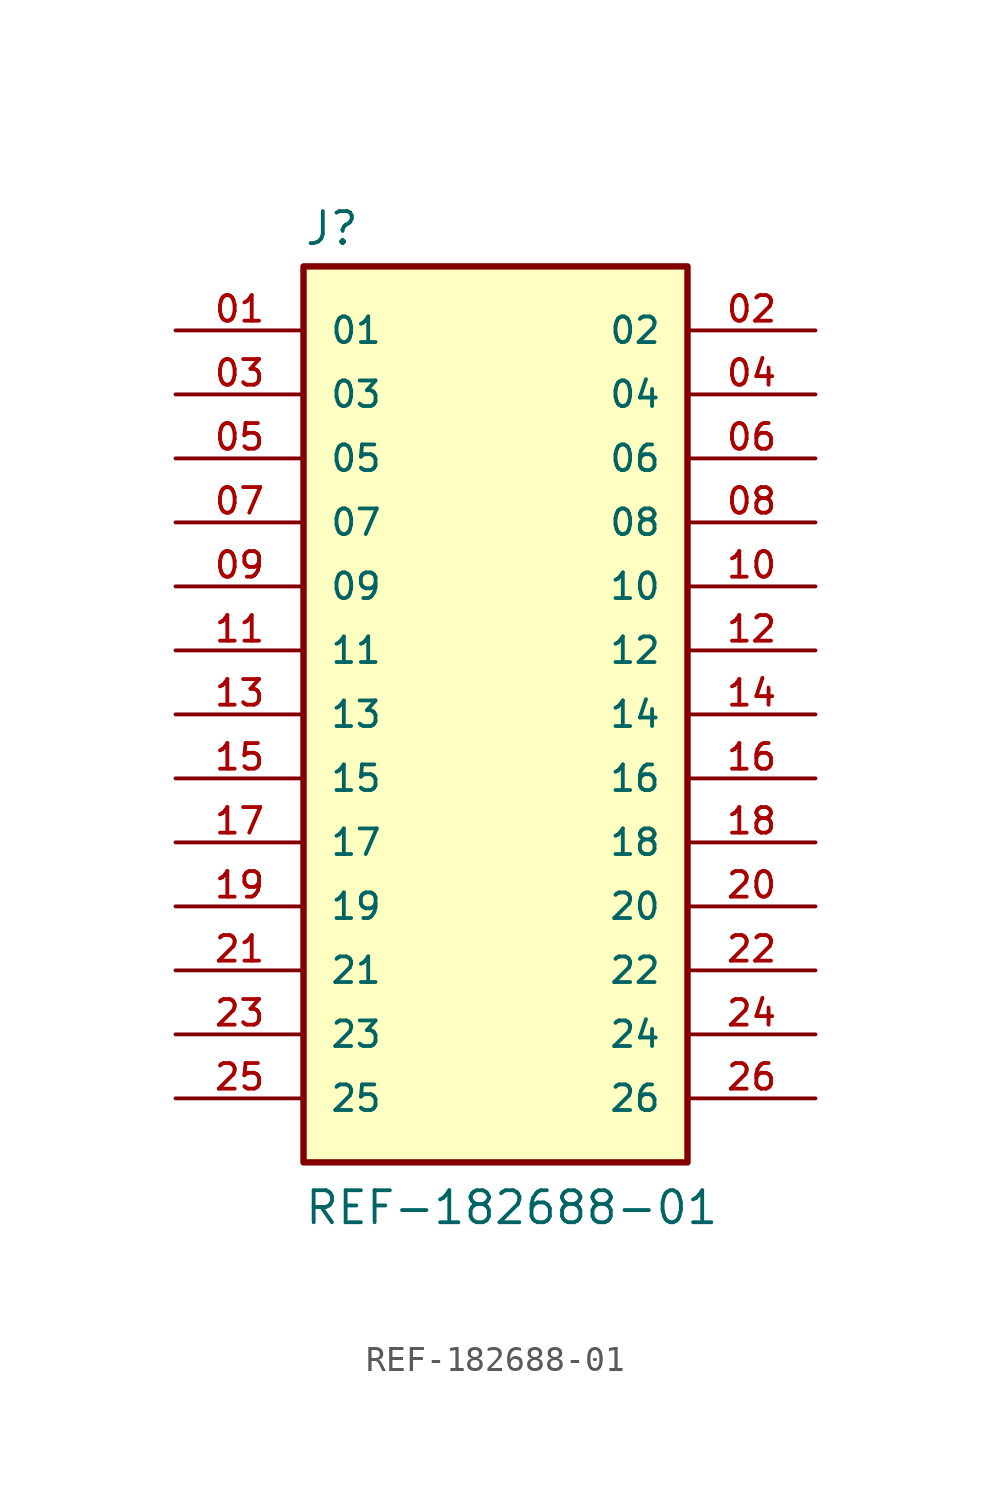
<source format=kicad_sym>
(kicad_symbol_lib
  (version 20211014)
  (generator kicad_symbol_editor)
  (symbol "REF-182688-01"
    (pin_names
      (offset 1.016))
    (property "Reference" "J"
      (at -7.62 18.542 0)
      (effects (font (size 1.27 1.27)) (justify bottom left)))
    (property "Value" "REF-182688-01"
      (at -7.62 -20.32 0)
      (effects (font (size 1.27 1.27)) (justify bottom left)))
    (symbol "REF-182688-01_0_0"
      (rectangle (start -7.62 -17.78) (end 7.62 17.78) (stroke (width 0.254)) (fill (type background)))
      (pin passive line (at -12.7 15.24 0) (length 5.08) (name "01" (effects (font (size 1.016 1.016)))) (number "01" (effects (font (size 1.016 1.016)))))
      (pin passive line (at 12.7 15.24 180.0) (length 5.08) (name "02" (effects (font (size 1.016 1.016)))) (number "02" (effects (font (size 1.016 1.016)))))
      (pin passive line (at -12.7 12.7 0) (length 5.08) (name "03" (effects (font (size 1.016 1.016)))) (number "03" (effects (font (size 1.016 1.016)))))
      (pin passive line (at 12.7 12.7 180.0) (length 5.08) (name "04" (effects (font (size 1.016 1.016)))) (number "04" (effects (font (size 1.016 1.016)))))
      (pin passive line (at -12.7 10.16 0) (length 5.08) (name "05" (effects (font (size 1.016 1.016)))) (number "05" (effects (font (size 1.016 1.016)))))
      (pin passive line (at 12.7 10.16 180.0) (length 5.08) (name "06" (effects (font (size 1.016 1.016)))) (number "06" (effects (font (size 1.016 1.016)))))
      (pin passive line (at -12.7 7.62 0) (length 5.08) (name "07" (effects (font (size 1.016 1.016)))) (number "07" (effects (font (size 1.016 1.016)))))
      (pin passive line (at 12.7 7.62 180.0) (length 5.08) (name "08" (effects (font (size 1.016 1.016)))) (number "08" (effects (font (size 1.016 1.016)))))
      (pin passive line (at -12.7 5.08 0) (length 5.08) (name "09" (effects (font (size 1.016 1.016)))) (number "09" (effects (font (size 1.016 1.016)))))
      (pin passive line (at 12.7 5.08 180.0) (length 5.08) (name "10" (effects (font (size 1.016 1.016)))) (number "10" (effects (font (size 1.016 1.016)))))
      (pin passive line (at -12.7 2.54 0) (length 5.08) (name "11" (effects (font (size 1.016 1.016)))) (number "11" (effects (font (size 1.016 1.016)))))
      (pin passive line (at 12.7 2.54 180.0) (length 5.08) (name "12" (effects (font (size 1.016 1.016)))) (number "12" (effects (font (size 1.016 1.016)))))
      (pin passive line (at -12.7 0.0 0) (length 5.08) (name "13" (effects (font (size 1.016 1.016)))) (number "13" (effects (font (size 1.016 1.016)))))
      (pin passive line (at 12.7 0.0 180.0) (length 5.08) (name "14" (effects (font (size 1.016 1.016)))) (number "14" (effects (font (size 1.016 1.016)))))
      (pin passive line (at -12.7 -2.54 0) (length 5.08) (name "15" (effects (font (size 1.016 1.016)))) (number "15" (effects (font (size 1.016 1.016)))))
      (pin passive line (at 12.7 -2.54 180.0) (length 5.08) (name "16" (effects (font (size 1.016 1.016)))) (number "16" (effects (font (size 1.016 1.016)))))
      (pin passive line (at -12.7 -5.08 0) (length 5.08) (name "17" (effects (font (size 1.016 1.016)))) (number "17" (effects (font (size 1.016 1.016)))))
      (pin passive line (at 12.7 -5.08 180.0) (length 5.08) (name "18" (effects (font (size 1.016 1.016)))) (number "18" (effects (font (size 1.016 1.016)))))
      (pin passive line (at -12.7 -7.62 0) (length 5.08) (name "19" (effects (font (size 1.016 1.016)))) (number "19" (effects (font (size 1.016 1.016)))))
      (pin passive line (at 12.7 -7.62 180.0) (length 5.08) (name "20" (effects (font (size 1.016 1.016)))) (number "20" (effects (font (size 1.016 1.016)))))
      (pin passive line (at -12.7 -10.16 0) (length 5.08) (name "21" (effects (font (size 1.016 1.016)))) (number "21" (effects (font (size 1.016 1.016)))))
      (pin passive line (at 12.7 -10.16 180.0) (length 5.08) (name "22" (effects (font (size 1.016 1.016)))) (number "22" (effects (font (size 1.016 1.016)))))
      (pin passive line (at -12.7 -12.7 0) (length 5.08) (name "23" (effects (font (size 1.016 1.016)))) (number "23" (effects (font (size 1.016 1.016)))))
      (pin passive line (at 12.7 -12.7 180.0) (length 5.08) (name "24" (effects (font (size 1.016 1.016)))) (number "24" (effects (font (size 1.016 1.016)))))
      (pin passive line (at -12.7 -15.24 0) (length 5.08) (name "25" (effects (font (size 1.016 1.016)))) (number "25" (effects (font (size 1.016 1.016)))))
      (pin passive line (at 12.7 -15.24 180.0) (length 5.08) (name "26" (effects (font (size 1.016 1.016)))) (number "26" (effects (font (size 1.016 1.016))))))))
</source>
